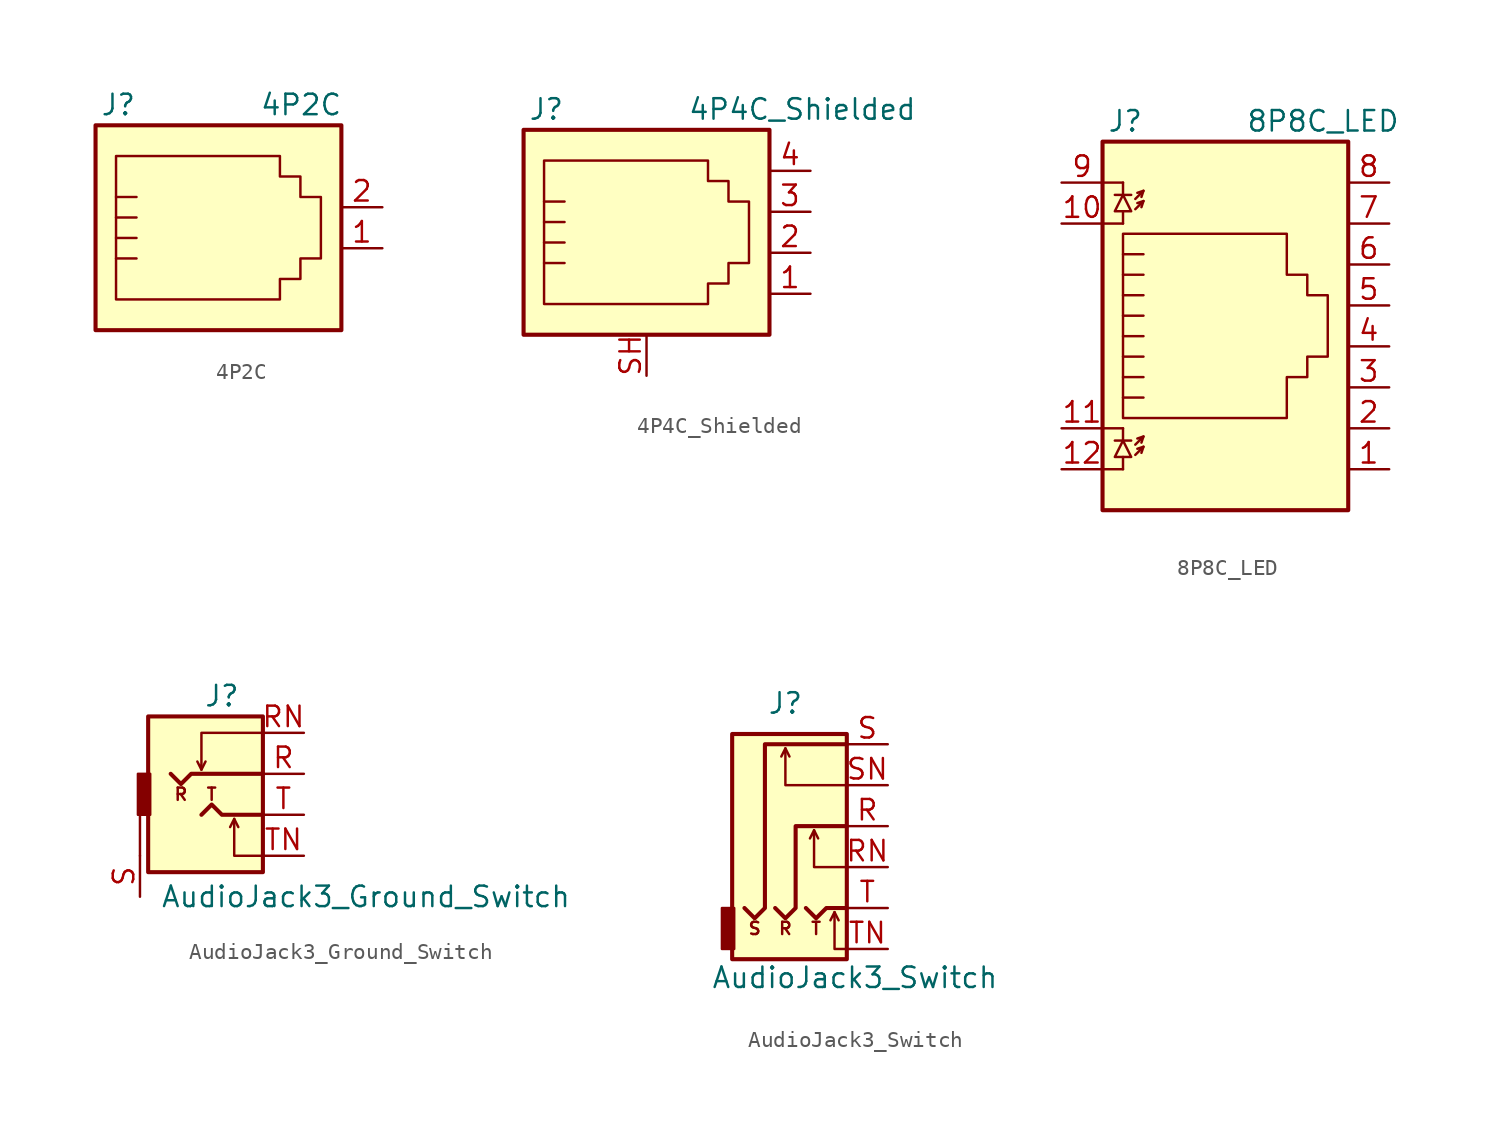
<source format=kicad_sym>
(kicad_symbol_lib
  (version 20201005)
  (generator kicad_symbol_editor)
  (symbol "4P2C"
    (pin_names
      (offset 1.016))
    (property "Reference" "J"
      (at -5.08 8.89 0)
      (effects (font (size 1.27 1.27)) (justify right)))
    (property "Value" "4P2C"
      (at 2.54 8.89 0)
      (effects (font (size 1.27 1.27)) (justify left)))
    (symbol "4P2C_0_1"
      (rectangle (start 7.62 7.62) (end -7.62 -5.08) (stroke (width 0.254)) (fill (type background)))
      (polyline (pts (xy -6.35 -0.635) (xy -5.08 -0.635) (xy -5.08 -0.635)) (stroke (width 0)) (fill (type none)))
      (polyline (pts (xy -6.35 0.635) (xy -5.08 0.635) (xy -5.08 0.635)) (stroke (width 0)) (fill (type none)))
      (polyline (pts (xy -6.35 1.905) (xy -5.08 1.905) (xy -5.08 1.905)) (stroke (width 0)) (fill (type none)))
      (polyline (pts (xy -6.35 3.175) (xy -5.08 3.175) (xy -5.08 3.175)) (stroke (width 0)) (fill (type none)))
      (polyline (pts (xy -6.35 -3.175) (xy -6.35 5.715) (xy -1.27 5.715) (xy 3.81 5.715) (xy 3.81 4.445) (xy 5.08 4.445) (xy 5.08 3.175) (xy 6.35 3.175) (xy 6.35 -0.635) (xy 5.08 -0.635) (xy 5.08 -1.905) (xy 3.81 -1.905) (xy 3.81 -3.175) (xy -6.35 -3.175) (xy -6.35 -3.175)) (stroke (width 0)) (fill (type none))))
    (symbol "4P2C_1_1"
      (pin passive line (at 10.16 0 180) (length 2.54) (name "~" (effects (font (size 1.27 1.27)))) (number "1" (effects (font (size 1.27 1.27)))))
      (pin passive line (at 10.16 2.54 180) (length 2.54) (name "~" (effects (font (size 1.27 1.27)))) (number "2" (effects (font (size 1.27 1.27)))))))
  (symbol "4P4C_Shielded"
    (pin_names
      (offset 1.016))
    (property "Reference" "J"
      (at -5.08 8.89 0)
      (effects (font (size 1.27 1.27)) (justify right)))
    (property "Value" "4P4C_Shielded"
      (at 2.54 8.89 0)
      (effects (font (size 1.27 1.27)) (justify left)))
    (symbol "4P4C_Shielded_0_1"
      (rectangle (start 7.62 7.62) (end -7.62 -5.08) (stroke (width 0.254)) (fill (type background)))
      (polyline (pts (xy -6.35 -0.635) (xy -5.08 -0.635) (xy -5.08 -0.635)) (stroke (width 0)) (fill (type none)))
      (polyline (pts (xy -6.35 0.635) (xy -5.08 0.635) (xy -5.08 0.635)) (stroke (width 0)) (fill (type none)))
      (polyline (pts (xy -6.35 1.905) (xy -5.08 1.905) (xy -5.08 1.905)) (stroke (width 0)) (fill (type none)))
      (polyline (pts (xy -6.35 3.175) (xy -5.08 3.175) (xy -5.08 3.175)) (stroke (width 0)) (fill (type none)))
      (polyline (pts (xy -6.35 -3.175) (xy -6.35 5.715) (xy -1.27 5.715) (xy 3.81 5.715) (xy 3.81 4.445) (xy 5.08 4.445) (xy 5.08 3.175) (xy 6.35 3.175) (xy 6.35 -0.635) (xy 5.08 -0.635) (xy 5.08 -1.905) (xy 3.81 -1.905) (xy 3.81 -3.175) (xy -6.35 -3.175) (xy -6.35 -3.175)) (stroke (width 0)) (fill (type none))))
    (symbol "4P4C_Shielded_1_1"
      (pin passive line (at 10.16 -2.54 180) (length 2.54) (name "~" (effects (font (size 1.27 1.27)))) (number "1" (effects (font (size 1.27 1.27)))))
      (pin passive line (at 10.16 0 180) (length 2.54) (name "~" (effects (font (size 1.27 1.27)))) (number "2" (effects (font (size 1.27 1.27)))))
      (pin passive line (at 10.16 2.54 180) (length 2.54) (name "~" (effects (font (size 1.27 1.27)))) (number "3" (effects (font (size 1.27 1.27)))))
      (pin passive line (at 10.16 5.08 180) (length 2.54) (name "~" (effects (font (size 1.27 1.27)))) (number "4" (effects (font (size 1.27 1.27)))))
      (pin passive line (at 0 -7.62 90) (length 2.54) (name "~" (effects (font (size 1.27 1.27)))) (number "SH" (effects (font (size 1.27 1.27)))))))
  (symbol "8P8C_LED"
    (pin_names
      (offset 1.016))
    (property "Reference" "J"
      (at -5.08 13.97 0)
      (effects (font (size 1.27 1.27)) (justify right)))
    (property "Value" "8P8C_LED"
      (at 1.27 13.97 0)
      (effects (font (size 1.27 1.27)) (justify left)))
    (symbol "8P8C_LED_0_1"
      (rectangle (start 7.62 12.7) (end -7.62 -10.16) (stroke (width 0.254)) (fill (type background)))
      (polyline (pts (xy -7.62 -7.62) (xy -6.35 -7.62)) (stroke (width 0)) (fill (type none)))
      (polyline (pts (xy -7.62 -5.08) (xy -6.35 -5.08)) (stroke (width 0)) (fill (type none)))
      (polyline (pts (xy -7.62 7.62) (xy -6.35 7.62)) (stroke (width 0)) (fill (type none)))
      (polyline (pts (xy -7.62 10.16) (xy -6.35 10.16)) (stroke (width 0)) (fill (type none)))
      (polyline (pts (xy -6.858 -5.842) (xy -5.842 -5.842)) (stroke (width 0)) (fill (type none)))
      (polyline (pts (xy -6.858 9.398) (xy -5.842 9.398)) (stroke (width 0)) (fill (type none)))
      (polyline (pts (xy -6.35 -7.62) (xy -6.35 -6.858)) (stroke (width 0)) (fill (type none)))
      (polyline (pts (xy -6.35 -5.08) (xy -6.35 -5.842)) (stroke (width 0)) (fill (type none)))
      (polyline (pts (xy -6.35 7.62) (xy -6.35 8.382)) (stroke (width 0)) (fill (type none)))
      (polyline (pts (xy -6.35 10.16) (xy -6.35 9.398)) (stroke (width 0)) (fill (type none)))
      (polyline (pts (xy -5.08 -6.223) (xy -5.207 -6.604)) (stroke (width 0)) (fill (type none)))
      (polyline (pts (xy -5.08 -5.588) (xy -5.207 -5.969)) (stroke (width 0)) (fill (type none)))
      (polyline (pts (xy -5.08 4.445) (xy -6.35 4.445)) (stroke (width 0)) (fill (type none)))
      (polyline (pts (xy -5.08 5.715) (xy -6.35 5.715)) (stroke (width 0)) (fill (type none)))
      (polyline (pts (xy -5.08 9.017) (xy -5.207 8.636)) (stroke (width 0)) (fill (type none)))
      (polyline (pts (xy -5.08 9.652) (xy -5.207 9.271)) (stroke (width 0)) (fill (type none)))
      (polyline (pts (xy -6.35 -3.175) (xy -5.08 -3.175) (xy -5.08 -3.175)) (stroke (width 0)) (fill (type none)))
      (polyline (pts (xy -6.35 -1.905) (xy -5.08 -1.905) (xy -5.08 -1.905)) (stroke (width 0)) (fill (type none)))
      (polyline (pts (xy -6.35 -0.635) (xy -5.08 -0.635) (xy -5.08 -0.635)) (stroke (width 0)) (fill (type none)))
      (polyline (pts (xy -6.35 0.635) (xy -5.08 0.635) (xy -5.08 0.635)) (stroke (width 0)) (fill (type none)))
      (polyline (pts (xy -6.35 1.905) (xy -5.08 1.905) (xy -5.08 1.905)) (stroke (width 0)) (fill (type none)))
      (polyline (pts (xy -5.588 -6.731) (xy -5.08 -6.223) (xy -5.461 -6.35)) (stroke (width 0)) (fill (type none)))
      (polyline (pts (xy -5.588 -6.096) (xy -5.08 -5.588) (xy -5.461 -5.715)) (stroke (width 0)) (fill (type none)))
      (polyline (pts (xy -5.588 8.509) (xy -5.08 9.017) (xy -5.461 8.89)) (stroke (width 0)) (fill (type none)))
      (polyline (pts (xy -5.588 9.144) (xy -5.08 9.652) (xy -5.461 9.525)) (stroke (width 0)) (fill (type none)))
      (polyline (pts (xy -5.08 3.175) (xy -6.35 3.175) (xy -6.35 3.175)) (stroke (width 0)) (fill (type none)))
      (polyline (pts (xy -6.35 -5.842) (xy -6.858 -6.858) (xy -5.842 -6.858) (xy -6.35 -5.842)) (stroke (width 0)) (fill (type none)))
      (polyline (pts (xy -6.35 9.398) (xy -6.858 8.382) (xy -5.842 8.382) (xy -6.35 9.398)) (stroke (width 0)) (fill (type none)))
      (polyline (pts (xy -6.35 -4.445) (xy -6.35 6.985) (xy 3.81 6.985) (xy 3.81 4.445) (xy 5.08 4.445) (xy 5.08 3.175) (xy 6.35 3.175) (xy 6.35 -0.635) (xy 5.08 -0.635) (xy 5.08 -1.905) (xy 3.81 -1.905) (xy 3.81 -4.445) (xy -6.35 -4.445) (xy -6.35 -4.445)) (stroke (width 0)) (fill (type none))))
    (symbol "8P8C_LED_1_1"
      (pin passive line (at 10.16 -7.62 180) (length 2.54) (name "~" (effects (font (size 1.27 1.27)))) (number "1" (effects (font (size 1.27 1.27)))))
      (pin passive line (at -10.16 7.62 0) (length 2.54) (name "~" (effects (font (size 1.27 1.27)))) (number "10" (effects (font (size 1.27 1.27)))))
      (pin passive line (at -10.16 -5.08 0) (length 2.54) (name "~" (effects (font (size 1.27 1.27)))) (number "11" (effects (font (size 1.27 1.27)))))
      (pin passive line (at -10.16 -7.62 0) (length 2.54) (name "~" (effects (font (size 1.27 1.27)))) (number "12" (effects (font (size 1.27 1.27)))))
      (pin passive line (at 10.16 -5.08 180) (length 2.54) (name "~" (effects (font (size 1.27 1.27)))) (number "2" (effects (font (size 1.27 1.27)))))
      (pin passive line (at 10.16 -2.54 180) (length 2.54) (name "~" (effects (font (size 1.27 1.27)))) (number "3" (effects (font (size 1.27 1.27)))))
      (pin passive line (at 10.16 0 180) (length 2.54) (name "~" (effects (font (size 1.27 1.27)))) (number "4" (effects (font (size 1.27 1.27)))))
      (pin passive line (at 10.16 2.54 180) (length 2.54) (name "~" (effects (font (size 1.27 1.27)))) (number "5" (effects (font (size 1.27 1.27)))))
      (pin passive line (at 10.16 5.08 180) (length 2.54) (name "~" (effects (font (size 1.27 1.27)))) (number "6" (effects (font (size 1.27 1.27)))))
      (pin passive line (at 10.16 7.62 180) (length 2.54) (name "~" (effects (font (size 1.27 1.27)))) (number "7" (effects (font (size 1.27 1.27)))))
      (pin passive line (at 10.16 10.16 180) (length 2.54) (name "~" (effects (font (size 1.27 1.27)))) (number "8" (effects (font (size 1.27 1.27)))))
      (pin passive line (at -10.16 10.16 0) (length 2.54) (name "~" (effects (font (size 1.27 1.27)))) (number "9" (effects (font (size 1.27 1.27)))))))
  (symbol "AudioJack3_Ground_Switch"
    (pin_names
      (offset 1.016))
    (property "Reference" "J"
      (at 0 7.366 0)
      (effects (font (size 1.27 1.27))))
    (property "Value" "AudioJack3_Ground_Switch"
      (at -3.81 -5.08 0)
      (effects (font (size 1.27 1.27)) (justify left)))
    (symbol "AudioJack3_Ground_Switch_0_0"
      (text "R" (at -2.54 1.27 0) (effects (font (size 0.762 0.762))))
      (text "T" (at -0.635 1.27 0) (effects (font (size 0.762 0.762))))
      (rectangle (start -4.572 6.096) (end 2.54 -3.556) (stroke (width 0.254)) (fill (type background)))
      (polyline (pts (xy -5.08 -2.54) (xy -5.08 0)) (stroke (width 0)) (fill (type none)))
      (polyline (pts (xy -1.27 2.794) (xy -1.016 3.302)) (stroke (width 0)) (fill (type none)))
      (polyline (pts (xy 1.016 -0.762) (xy 0.762 -0.254)) (stroke (width 0)) (fill (type none)))
      (polyline (pts (xy 2.54 -2.54) (xy 0.762 -2.54) (xy 0.762 -0.254) (xy 0.508 -0.762)) (stroke (width 0)) (fill (type none)))
      (polyline (pts (xy 2.54 5.08) (xy -1.27 5.08) (xy -1.27 2.794) (xy -1.524 3.302)) (stroke (width 0)) (fill (type none))))
    (symbol "AudioJack3_Ground_Switch_0_1"
      (rectangle (start -4.445 0) (end -5.207 2.54) (stroke (width 0)) (fill (type outline)))
      (polyline (pts (xy -1.27 0) (xy -0.635 0.635) (xy 0 0) (xy 2.54 0)) (stroke (width 0.254)) (fill (type none)))
      (polyline (pts (xy 2.54 2.54) (xy -1.905 2.54) (xy -2.54 1.905) (xy -3.175 2.54)) (stroke (width 0.254)) (fill (type none))))
    (symbol "AudioJack3_Ground_Switch_1_1"
      (pin passive line (at 5.08 2.54 180) (length 2.54) (name "~" (effects (font (size 1.27 1.27)))) (number "R" (effects (font (size 1.27 1.27)))))
      (pin passive line (at 5.08 5.08 180) (length 2.54) (name "~" (effects (font (size 1.27 1.27)))) (number "RN" (effects (font (size 1.27 1.27)))))
      (pin passive line (at -5.08 -5.08 90) (length 2.54) (name "~" (effects (font (size 1.27 1.27)))) (number "S" (effects (font (size 1.27 1.27)))))
      (pin passive line (at 5.08 0 180) (length 2.54) (name "~" (effects (font (size 1.27 1.27)))) (number "T" (effects (font (size 1.27 1.27)))))
      (pin passive line (at 5.08 -2.54 180) (length 2.54) (name "~" (effects (font (size 1.27 1.27)))) (number "TN" (effects (font (size 1.27 1.27)))))))
  (symbol "AudioJack3_Switch"
    (pin_names
      (offset 1.016))
    (property "Reference" "J"
      (at -1.27 7.62 0)
      (effects (font (size 1.27 1.27))))
    (property "Value" "AudioJack3_Switch"
      (at 3.048 -9.398 0)
      (effects (font (size 1.27 1.27))))
    (symbol "AudioJack3_Switch_0_0"
      (text "R" (at -1.27 -6.35 0) (effects (font (size 0.762 0.762))))
      (text "S" (at -3.175 -6.35 0) (effects (font (size 0.762 0.762))))
      (text "T" (at 0.635 -6.35 0) (effects (font (size 0.762 0.762)))))
    (symbol "AudioJack3_Switch_0_1"
      (rectangle (start -4.445 -7.62) (end -5.207 -5.08) (stroke (width 0)) (fill (type outline)))
      (rectangle (start 2.54 -8.255) (end -4.572 5.715) (stroke (width 0.254)) (fill (type background)))
      (polyline (pts (xy -1.27 4.826) (xy -1.016 4.318)) (stroke (width 0)) (fill (type none)))
      (polyline (pts (xy 0.508 -0.254) (xy 0.762 -0.762)) (stroke (width 0)) (fill (type none)))
      (polyline (pts (xy 1.778 -5.334) (xy 2.032 -5.842)) (stroke (width 0)) (fill (type none)))
      (polyline (pts (xy 0 -5.08) (xy 0.635 -5.715) (xy 1.27 -5.08) (xy 2.54 -5.08)) (stroke (width 0.254)) (fill (type none)))
      (polyline (pts (xy 2.54 -7.62) (xy 1.778 -7.62) (xy 1.778 -5.334) (xy 1.524 -5.842)) (stroke (width 0)) (fill (type none)))
      (polyline (pts (xy 2.54 -2.54) (xy 0.508 -2.54) (xy 0.508 -0.254) (xy 0.254 -0.762)) (stroke (width 0)) (fill (type none)))
      (polyline (pts (xy 2.54 2.54) (xy -1.27 2.54) (xy -1.27 4.826) (xy -1.524 4.318)) (stroke (width 0)) (fill (type none)))
      (polyline (pts (xy -1.905 -5.08) (xy -1.27 -5.715) (xy -0.635 -5.08) (xy -0.635 0) (xy 2.54 0)) (stroke (width 0.254)) (fill (type none)))
      (polyline (pts (xy 2.54 5.08) (xy -2.54 5.08) (xy -2.54 -5.08) (xy -3.175 -5.715) (xy -3.81 -5.08)) (stroke (width 0.254)) (fill (type none))))
    (symbol "AudioJack3_Switch_1_1"
      (pin passive line (at 5.08 0 180) (length 2.54) (name "~" (effects (font (size 1.27 1.27)))) (number "R" (effects (font (size 1.27 1.27)))))
      (pin passive line (at 5.08 -2.54 180) (length 2.54) (name "~" (effects (font (size 1.27 1.27)))) (number "RN" (effects (font (size 1.27 1.27)))))
      (pin passive line (at 5.08 5.08 180) (length 2.54) (name "~" (effects (font (size 1.27 1.27)))) (number "S" (effects (font (size 1.27 1.27)))))
      (pin passive line (at 5.08 2.54 180) (length 2.54) (name "~" (effects (font (size 1.27 1.27)))) (number "SN" (effects (font (size 1.27 1.27)))))
      (pin passive line (at 5.08 -5.08 180) (length 2.54) (name "~" (effects (font (size 1.27 1.27)))) (number "T" (effects (font (size 1.27 1.27)))))
      (pin passive line (at 5.08 -7.62 180) (length 2.54) (name "~" (effects (font (size 1.27 1.27)))) (number "TN" (effects (font (size 1.27 1.27))))))))
</source>
